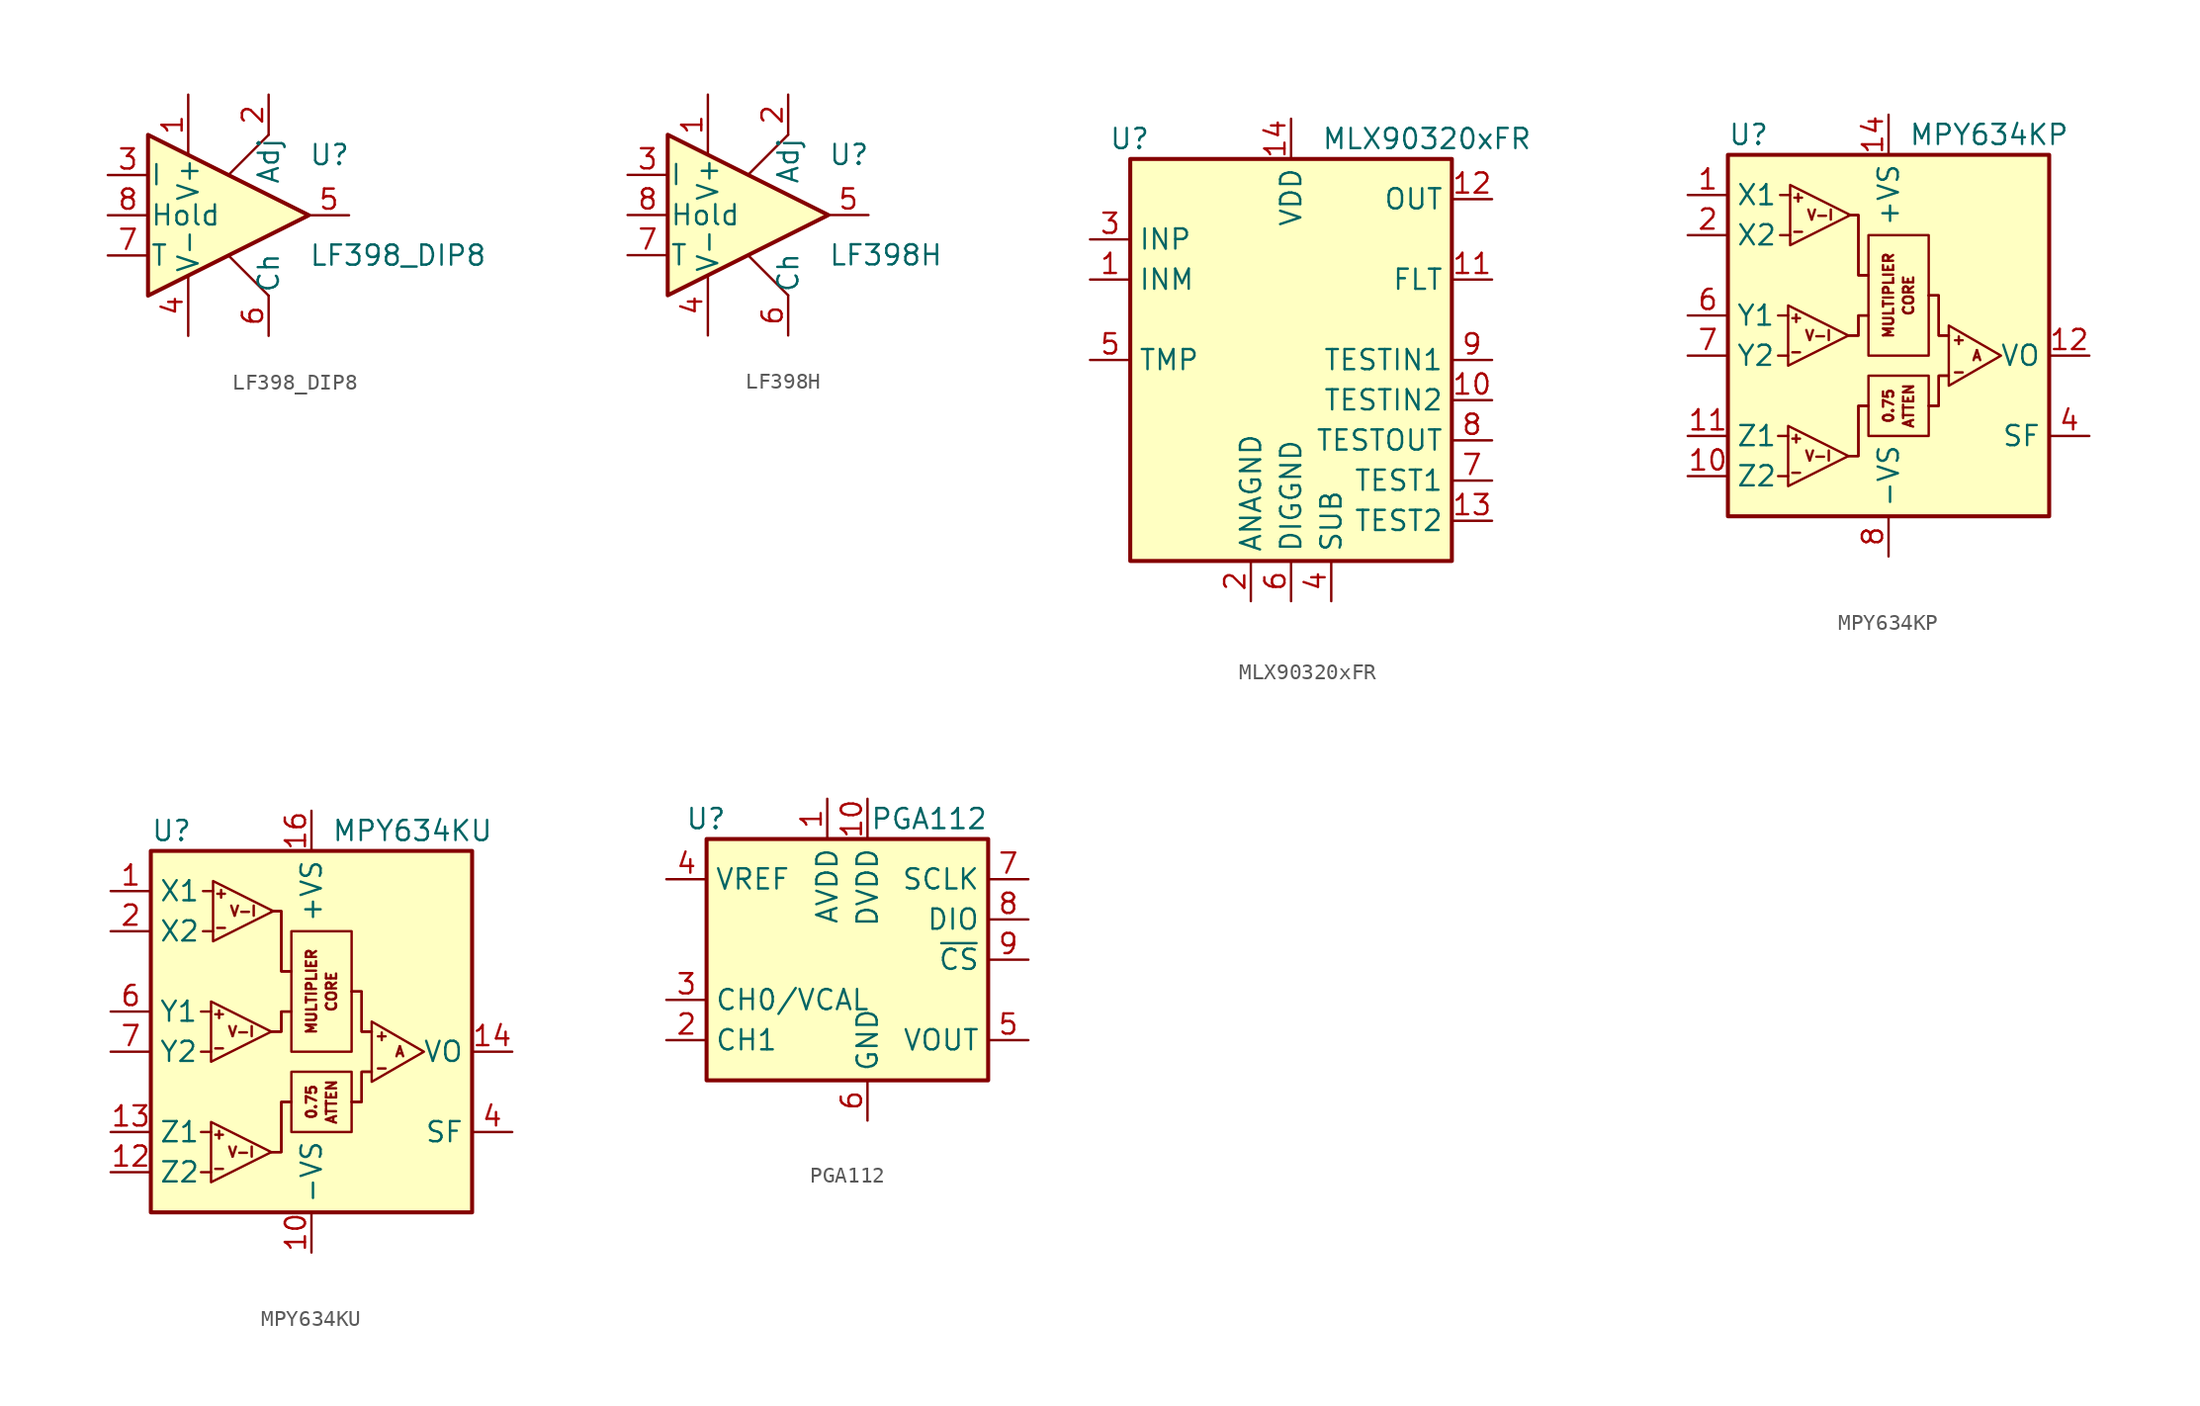
<source format=kicad_sym>
(kicad_symbol_lib
  (version 20201005)
  (generator kicad_symbol_editor)
  (symbol "Analog:LF398_DIP8"
    (pin_names
      (offset 0.127))
    (property "Reference" "U"
      (at 5.08 3.81 0)
      (effects (font (size 1.27 1.27)) (justify left)))
    (property "Value" "LF398_DIP8"
      (at 5.08 -2.54 0)
      (effects (font (size 1.27 1.27)) (justify left)))
    (symbol "LF398_DIP8_0_1"
      (polyline (pts (xy 0 -2.54) (xy 2.54 -5.08)) (stroke (width 0)) (fill (type none)))
      (polyline (pts (xy 2.54 5.08) (xy 0 2.54)) (stroke (width 0)) (fill (type none)))
      (polyline (pts (xy -5.08 5.08) (xy 5.08 0) (xy -5.08 -5.08) (xy -5.08 5.08)) (stroke (width 0.254)) (fill (type background))))
    (symbol "LF398_DIP8_1_1"
      (pin passive line (at -2.54 7.62 270) (length 3.81) (name "V+" (effects (font (size 1.27 1.27)))) (number "1" (effects (font (size 1.27 1.27)))))
      (pin passive line (at 2.54 7.62 270) (length 2.54) (name "Adj" (effects (font (size 1.27 1.27)))) (number "2" (effects (font (size 1.27 1.27)))))
      (pin input line (at -7.62 2.54 0) (length 2.54) (name "I" (effects (font (size 1.27 1.27)))) (number "3" (effects (font (size 1.27 1.27)))))
      (pin passive line (at -2.54 -7.62 90) (length 3.81) (name "V-" (effects (font (size 1.27 1.27)))) (number "4" (effects (font (size 1.27 1.27)))))
      (pin output line (at 7.62 0 180) (length 2.54) (name "~" (effects (font (size 1.27 1.27)))) (number "5" (effects (font (size 1.27 1.27)))))
      (pin passive line (at 2.54 -7.62 90) (length 2.54) (name "Ch" (effects (font (size 1.27 1.27)))) (number "6" (effects (font (size 1.27 1.27)))))
      (pin passive line (at -7.62 -2.54 0) (length 2.54) (name "T" (effects (font (size 1.27 1.27)))) (number "7" (effects (font (size 1.27 1.27)))))
      (pin input line (at -7.62 0 0) (length 2.54) (name "Hold" (effects (font (size 1.27 1.27)))) (number "8" (effects (font (size 1.27 1.27)))))))
  (symbol "Analog:LF398H"
    (pin_names
      (offset 0.127))
    (property "Reference" "U"
      (at 5.08 3.81 0)
      (effects (font (size 1.27 1.27)) (justify left)))
    (property "Value" "LF398H"
      (at 5.08 -2.54 0)
      (effects (font (size 1.27 1.27)) (justify left)))
    (symbol "LF398H_0_1"
      (polyline (pts (xy 0 -2.54) (xy 2.54 -5.08)) (stroke (width 0)) (fill (type none)))
      (polyline (pts (xy 2.54 5.08) (xy 0 2.54)) (stroke (width 0)) (fill (type none)))
      (polyline (pts (xy -5.08 5.08) (xy 5.08 0) (xy -5.08 -5.08) (xy -5.08 5.08)) (stroke (width 0.254)) (fill (type background))))
    (symbol "LF398H_1_1"
      (pin passive line (at -2.54 7.62 270) (length 3.81) (name "V+" (effects (font (size 1.27 1.27)))) (number "1" (effects (font (size 1.27 1.27)))))
      (pin passive line (at 2.54 7.62 270) (length 2.54) (name "Adj" (effects (font (size 1.27 1.27)))) (number "2" (effects (font (size 1.27 1.27)))))
      (pin input line (at -7.62 2.54 0) (length 2.54) (name "I" (effects (font (size 1.27 1.27)))) (number "3" (effects (font (size 1.27 1.27)))))
      (pin passive line (at -2.54 -7.62 90) (length 3.81) (name "V-" (effects (font (size 1.27 1.27)))) (number "4" (effects (font (size 1.27 1.27)))))
      (pin output line (at 7.62 0 180) (length 2.54) (name "~" (effects (font (size 1.27 1.27)))) (number "5" (effects (font (size 1.27 1.27)))))
      (pin passive line (at 2.54 -7.62 90) (length 2.54) (name "Ch" (effects (font (size 1.27 1.27)))) (number "6" (effects (font (size 1.27 1.27)))))
      (pin passive line (at -7.62 -2.54 0) (length 2.54) (name "T" (effects (font (size 1.27 1.27)))) (number "7" (effects (font (size 1.27 1.27)))))
      (pin input line (at -7.62 0 0) (length 2.54) (name "Hold" (effects (font (size 1.27 1.27)))) (number "8" (effects (font (size 1.27 1.27)))))))
  (symbol "Analog:MLX90320xFR"
    (property "Reference" "U"
      (at -8.89 13.97 0)
      (effects (font (size 1.27 1.27)) (justify right)))
    (property "Value" "MLX90320xFR"
      (at 15.24 13.97 0)
      (effects (font (size 1.27 1.27)) (justify right)))
    (symbol "MLX90320xFR_0_1"
      (rectangle (start -10.16 12.7) (end 10.16 -12.7) (stroke (width 0.254)) (fill (type background))))
    (symbol "MLX90320xFR_1_1"
      (pin input line (at -12.7 5.08 0) (length 2.54) (name "INM" (effects (font (size 1.27 1.27)))) (number "1" (effects (font (size 1.27 1.27)))))
      (pin passive line (at 12.7 -2.54 180) (length 2.54) (name "TESTIN2" (effects (font (size 1.27 1.27)))) (number "10" (effects (font (size 1.27 1.27)))))
      (pin output line (at 12.7 5.08 180) (length 2.54) (name "FLT" (effects (font (size 1.27 1.27)))) (number "11" (effects (font (size 1.27 1.27)))))
      (pin bidirectional line (at 12.7 10.16 180) (length 2.54) (name "OUT" (effects (font (size 1.27 1.27)))) (number "12" (effects (font (size 1.27 1.27)))))
      (pin passive line (at 12.7 -10.16 180) (length 2.54) (name "TEST2" (effects (font (size 1.27 1.27)))) (number "13" (effects (font (size 1.27 1.27)))))
      (pin power_in line (at 0 15.24 270) (length 2.54) (name "VDD" (effects (font (size 1.27 1.27)))) (number "14" (effects (font (size 1.27 1.27)))))
      (pin power_in line (at -2.54 -15.24 90) (length 2.54) (name "ANAGND" (effects (font (size 1.27 1.27)))) (number "2" (effects (font (size 1.27 1.27)))))
      (pin input line (at -12.7 7.62 0) (length 2.54) (name "INP" (effects (font (size 1.27 1.27)))) (number "3" (effects (font (size 1.27 1.27)))))
      (pin power_in line (at 2.54 -15.24 90) (length 2.54) (name "SUB" (effects (font (size 1.27 1.27)))) (number "4" (effects (font (size 1.27 1.27)))))
      (pin passive line (at -12.7 0 0) (length 2.54) (name "TMP" (effects (font (size 1.27 1.27)))) (number "5" (effects (font (size 1.27 1.27)))))
      (pin power_in line (at 0 -15.24 90) (length 2.54) (name "DIGGND" (effects (font (size 1.27 1.27)))) (number "6" (effects (font (size 1.27 1.27)))))
      (pin passive line (at 12.7 -7.62 180) (length 2.54) (name "TEST1" (effects (font (size 1.27 1.27)))) (number "7" (effects (font (size 1.27 1.27)))))
      (pin passive line (at 12.7 -5.08 180) (length 2.54) (name "TESTOUT" (effects (font (size 1.27 1.27)))) (number "8" (effects (font (size 1.27 1.27)))))
      (pin passive line (at 12.7 0 180) (length 2.54) (name "TESTIN1" (effects (font (size 1.27 1.27)))) (number "9" (effects (font (size 1.27 1.27)))))))
  (symbol "Analog:MPY634KP"
    (property "Reference" "U"
      (at -10.16 13.97 0)
      (effects (font (size 1.27 1.27)) (justify left)))
    (property "Value" "MPY634KP"
      (at 1.27 13.97 0)
      (effects (font (size 1.27 1.27)) (justify left)))
    (symbol "MPY634KP_0_0"
      (text "+" (at -5.842 -5.207 0) (effects (font (size 0.635 0.635))))
      (text "+" (at -5.842 2.413 0) (effects (font (size 0.635 0.635))))
      (text "+" (at -5.715 10.033 0) (effects (font (size 0.635 0.635))))
      (text "+" (at 4.445 1.016 0) (effects (font (size 0.635 0.635))))
      (text "-" (at -5.842 -7.366 0) (effects (font (size 0.635 0.635))))
      (text "-" (at -5.842 0.254 0) (effects (font (size 0.635 0.635))))
      (text "-" (at -5.715 7.874 0) (effects (font (size 0.635 0.635))))
      (text "-" (at 4.445 -1.016 0) (effects (font (size 0.635 0.635))))
      (text "A" (at 5.588 0 0) (effects (font (size 0.635 0.635))))
      (text "V-I" (at -4.445 -6.35 0) (effects (font (size 0.635 0.635))))
      (text "V-I" (at -4.445 1.27 0) (effects (font (size 0.635 0.635))))
      (text "V-I" (at -4.318 8.89 0) (effects (font (size 0.635 0.635))))
      (polyline (pts (xy -1.27 -3.175) (xy -1.905 -3.175) (xy -1.905 -6.35) (xy -2.54 -6.35)) (stroke (width 0)) (fill (type none)))
      (polyline (pts (xy -1.27 -3.175) (xy -1.905 -3.175) (xy -1.905 -6.35) (xy -2.54 -6.35)) (stroke (width 0)) (fill (type none)))
      (polyline (pts (xy -1.27 2.54) (xy -1.905 2.54) (xy -1.905 1.27) (xy -2.54 1.27)) (stroke (width 0)) (fill (type none)))
      (polyline (pts (xy -1.27 2.54) (xy -1.905 2.54) (xy -1.905 1.27) (xy -2.54 1.27)) (stroke (width 0)) (fill (type none)))
      (polyline (pts (xy -1.27 5.08) (xy -1.905 5.08) (xy -1.905 8.89) (xy -2.54 8.89)) (stroke (width 0)) (fill (type none)))
      (polyline (pts (xy -1.27 5.08) (xy -1.905 5.08) (xy -1.905 8.89) (xy -2.54 8.89)) (stroke (width 0)) (fill (type none)))
      (polyline (pts (xy 3.81 -1.27) (xy 3.175 -1.27) (xy 3.175 -3.175) (xy 2.54 -3.175)) (stroke (width 0)) (fill (type none)))
      (polyline (pts (xy 3.81 -1.27) (xy 3.175 -1.27) (xy 3.175 -3.175) (xy 2.54 -3.175)) (stroke (width 0)) (fill (type none)))
      (polyline (pts (xy 3.81 1.27) (xy 3.175 1.27) (xy 3.175 3.81) (xy 2.54 3.81)) (stroke (width 0)) (fill (type none)))
      (polyline (pts (xy 3.81 1.27) (xy 3.175 1.27) (xy 3.175 3.81) (xy 2.54 3.81)) (stroke (width 0)) (fill (type none))))
    (symbol "MPY634KP_0_1"
      (rectangle (start -10.16 12.7) (end 10.16 -10.16) (stroke (width 0.254)) (fill (type background)))
      (rectangle (start -1.27 -1.27) (end 2.54 -5.08) (stroke (width 0)) (fill (type none)))
      (rectangle (start -1.27 7.62) (end 2.54 0) (stroke (width 0)) (fill (type none)))
      (polyline (pts (xy -6.985 -7.62) (xy -6.35 -7.62)) (stroke (width 0)) (fill (type none)))
      (polyline (pts (xy -6.985 -5.08) (xy -6.35 -5.08)) (stroke (width 0)) (fill (type none)))
      (polyline (pts (xy -6.985 0) (xy -6.35 0)) (stroke (width 0)) (fill (type none)))
      (polyline (pts (xy -6.985 2.54) (xy -6.35 2.54)) (stroke (width 0)) (fill (type none)))
      (polyline (pts (xy -6.858 7.62) (xy -6.223 7.62)) (stroke (width 0)) (fill (type none)))
      (polyline (pts (xy -6.858 10.16) (xy -6.223 10.16)) (stroke (width 0)) (fill (type none)))
      (polyline (pts (xy -6.35 -4.445) (xy -6.35 -8.255) (xy -2.54 -6.35) (xy -6.35 -4.445)) (stroke (width 0)) (fill (type none)))
      (polyline (pts (xy -6.35 3.175) (xy -6.35 -0.635) (xy -2.54 1.27) (xy -6.35 3.175)) (stroke (width 0)) (fill (type none)))
      (polyline (pts (xy -6.223 10.795) (xy -6.223 6.985) (xy -2.413 8.89) (xy -6.223 10.795)) (stroke (width 0)) (fill (type none)))
      (polyline (pts (xy 3.81 1.905) (xy 3.81 -1.905) (xy 7.112 0) (xy 3.81 1.905)) (stroke (width 0)) (fill (type none))))
    (symbol "MPY634KP_1_0"
      (text "0.75" (at 0 -3.175 900) (effects (font (size 0.635 0.635))))
      (text "ATTEN" (at 1.27 -3.175 900) (effects (font (size 0.635 0.635))))
      (text "CORE" (at 1.27 3.81 900) (effects (font (size 0.635 0.635))))
      (text "MULTIPLIER" (at 0 3.81 900) (effects (font (size 0.635 0.635)))))
    (symbol "MPY634KP_1_1"
      (pin input line (at -12.7 10.16 0) (length 2.54) (name "X1" (effects (font (size 1.27 1.27)))) (number "1" (effects (font (size 1.27 1.27)))))
      (pin input line (at -12.7 -7.62 0) (length 2.54) (name "Z2" (effects (font (size 1.27 1.27)))) (number "10" (effects (font (size 1.27 1.27)))))
      (pin input line (at -12.7 -5.08 0) (length 2.54) (name "Z1" (effects (font (size 1.27 1.27)))) (number "11" (effects (font (size 1.27 1.27)))))
      (pin output line (at 12.7 0 180) (length 2.54) (name "VO" (effects (font (size 1.27 1.27)))) (number "12" (effects (font (size 1.27 1.27)))))
      (pin no_connect line (at 10.16 2.54 180) (length 2.54) hide (name "NC" (effects (font (size 1.27 1.27)))) (number "13" (effects (font (size 1.27 1.27)))))
      (pin power_in line (at 0 15.24 270) (length 2.54) (name "+VS" (effects (font (size 1.27 1.27)))) (number "14" (effects (font (size 1.27 1.27)))))
      (pin input line (at -12.7 7.62 0) (length 2.54) (name "X2" (effects (font (size 1.27 1.27)))) (number "2" (effects (font (size 1.27 1.27)))))
      (pin no_connect line (at 10.16 10.16 180) (length 2.54) hide (name "NC" (effects (font (size 1.27 1.27)))) (number "3" (effects (font (size 1.27 1.27)))))
      (pin passive line (at 12.7 -5.08 180) (length 2.54) (name "SF" (effects (font (size 1.27 1.27)))) (number "4" (effects (font (size 1.27 1.27)))))
      (pin no_connect line (at 10.16 7.62 180) (length 2.54) hide (name "NC" (effects (font (size 1.27 1.27)))) (number "5" (effects (font (size 1.27 1.27)))))
      (pin input line (at -12.7 2.54 0) (length 2.54) (name "Y1" (effects (font (size 1.27 1.27)))) (number "6" (effects (font (size 1.27 1.27)))))
      (pin input line (at -12.7 0 0) (length 2.54) (name "Y2" (effects (font (size 1.27 1.27)))) (number "7" (effects (font (size 1.27 1.27)))))
      (pin power_in line (at 0 -12.7 90) (length 2.54) (name "-VS" (effects (font (size 1.27 1.27)))) (number "8" (effects (font (size 1.27 1.27)))))
      (pin no_connect line (at 10.16 5.08 180) (length 2.54) hide (name "NC" (effects (font (size 1.27 1.27)))) (number "9" (effects (font (size 1.27 1.27)))))))
  (symbol "Analog:MPY634KU"
    (property "Reference" "U"
      (at -10.16 13.97 0)
      (effects (font (size 1.27 1.27)) (justify left)))
    (property "Value" "MPY634KU"
      (at 1.27 13.97 0)
      (effects (font (size 1.27 1.27)) (justify left)))
    (symbol "MPY634KU_0_0"
      (text "+" (at -5.842 -5.207 0) (effects (font (size 0.635 0.635))))
      (text "+" (at -5.842 2.413 0) (effects (font (size 0.635 0.635))))
      (text "+" (at -5.715 10.033 0) (effects (font (size 0.635 0.635))))
      (text "+" (at 4.445 1.016 0) (effects (font (size 0.635 0.635))))
      (text "-" (at -5.842 -7.366 0) (effects (font (size 0.635 0.635))))
      (text "-" (at -5.842 0.254 0) (effects (font (size 0.635 0.635))))
      (text "-" (at -5.715 7.874 0) (effects (font (size 0.635 0.635))))
      (text "-" (at 4.445 -1.016 0) (effects (font (size 0.635 0.635))))
      (text "A" (at 5.588 0 0) (effects (font (size 0.635 0.635))))
      (text "V-I" (at -4.445 -6.35 0) (effects (font (size 0.635 0.635))))
      (text "V-I" (at -4.445 1.27 0) (effects (font (size 0.635 0.635))))
      (text "V-I" (at -4.318 8.89 0) (effects (font (size 0.635 0.635))))
      (polyline (pts (xy -1.27 -3.175) (xy -1.905 -3.175) (xy -1.905 -6.35) (xy -2.54 -6.35)) (stroke (width 0)) (fill (type none)))
      (polyline (pts (xy -1.27 -3.175) (xy -1.905 -3.175) (xy -1.905 -6.35) (xy -2.54 -6.35)) (stroke (width 0)) (fill (type none)))
      (polyline (pts (xy -1.27 2.54) (xy -1.905 2.54) (xy -1.905 1.27) (xy -2.54 1.27)) (stroke (width 0)) (fill (type none)))
      (polyline (pts (xy -1.27 2.54) (xy -1.905 2.54) (xy -1.905 1.27) (xy -2.54 1.27)) (stroke (width 0)) (fill (type none)))
      (polyline (pts (xy -1.27 5.08) (xy -1.905 5.08) (xy -1.905 8.89) (xy -2.54 8.89)) (stroke (width 0)) (fill (type none)))
      (polyline (pts (xy -1.27 5.08) (xy -1.905 5.08) (xy -1.905 8.89) (xy -2.54 8.89)) (stroke (width 0)) (fill (type none)))
      (polyline (pts (xy 3.81 -1.27) (xy 3.175 -1.27) (xy 3.175 -3.175) (xy 2.54 -3.175)) (stroke (width 0)) (fill (type none)))
      (polyline (pts (xy 3.81 -1.27) (xy 3.175 -1.27) (xy 3.175 -3.175) (xy 2.54 -3.175)) (stroke (width 0)) (fill (type none)))
      (polyline (pts (xy 3.81 1.27) (xy 3.175 1.27) (xy 3.175 3.81) (xy 2.54 3.81)) (stroke (width 0)) (fill (type none)))
      (polyline (pts (xy 3.81 1.27) (xy 3.175 1.27) (xy 3.175 3.81) (xy 2.54 3.81)) (stroke (width 0)) (fill (type none))))
    (symbol "MPY634KU_0_1"
      (rectangle (start -10.16 12.7) (end 10.16 -10.16) (stroke (width 0.254)) (fill (type background)))
      (rectangle (start -1.27 -1.27) (end 2.54 -5.08) (stroke (width 0)) (fill (type none)))
      (rectangle (start -1.27 7.62) (end 2.54 0) (stroke (width 0)) (fill (type none)))
      (polyline (pts (xy -6.985 -7.62) (xy -6.35 -7.62)) (stroke (width 0)) (fill (type none)))
      (polyline (pts (xy -6.985 -5.08) (xy -6.35 -5.08)) (stroke (width 0)) (fill (type none)))
      (polyline (pts (xy -6.985 0) (xy -6.35 0)) (stroke (width 0)) (fill (type none)))
      (polyline (pts (xy -6.985 2.54) (xy -6.35 2.54)) (stroke (width 0)) (fill (type none)))
      (polyline (pts (xy -6.858 7.62) (xy -6.223 7.62)) (stroke (width 0)) (fill (type none)))
      (polyline (pts (xy -6.858 10.16) (xy -6.223 10.16)) (stroke (width 0)) (fill (type none)))
      (polyline (pts (xy -6.35 -4.445) (xy -6.35 -8.255) (xy -2.54 -6.35) (xy -6.35 -4.445)) (stroke (width 0)) (fill (type none)))
      (polyline (pts (xy -6.35 3.175) (xy -6.35 -0.635) (xy -2.54 1.27) (xy -6.35 3.175)) (stroke (width 0)) (fill (type none)))
      (polyline (pts (xy -6.223 10.795) (xy -6.223 6.985) (xy -2.413 8.89) (xy -6.223 10.795)) (stroke (width 0)) (fill (type none)))
      (polyline (pts (xy 3.81 1.905) (xy 3.81 -1.905) (xy 7.112 0) (xy 3.81 1.905)) (stroke (width 0)) (fill (type none))))
    (symbol "MPY634KU_1_0"
      (text "0.75" (at 0 -3.175 900) (effects (font (size 0.635 0.635))))
      (text "ATTEN" (at 1.27 -3.175 900) (effects (font (size 0.635 0.635))))
      (text "CORE" (at 1.27 3.81 900) (effects (font (size 0.635 0.635))))
      (text "MULTIPLIER" (at 0 3.81 900) (effects (font (size 0.635 0.635)))))
    (symbol "MPY634KU_1_1"
      (pin input line (at -12.7 10.16 0) (length 2.54) (name "X1" (effects (font (size 1.27 1.27)))) (number "1" (effects (font (size 1.27 1.27)))))
      (pin power_in line (at 0 -12.7 90) (length 2.54) (name "-VS" (effects (font (size 1.27 1.27)))) (number "10" (effects (font (size 1.27 1.27)))))
      (pin no_connect line (at 10.16 -2.54 180) (length 2.54) hide (name "NC" (effects (font (size 1.27 1.27)))) (number "11" (effects (font (size 1.27 1.27)))))
      (pin input line (at -12.7 -7.62 0) (length 2.54) (name "Z2" (effects (font (size 1.27 1.27)))) (number "12" (effects (font (size 1.27 1.27)))))
      (pin input line (at -12.7 -5.08 0) (length 2.54) (name "Z1" (effects (font (size 1.27 1.27)))) (number "13" (effects (font (size 1.27 1.27)))))
      (pin output line (at 12.7 0 180) (length 2.54) (name "VO" (effects (font (size 1.27 1.27)))) (number "14" (effects (font (size 1.27 1.27)))))
      (pin no_connect line (at 10.16 -7.62 180) (length 2.54) hide (name "NC" (effects (font (size 1.27 1.27)))) (number "15" (effects (font (size 1.27 1.27)))))
      (pin power_in line (at 0 15.24 270) (length 2.54) (name "+VS" (effects (font (size 1.27 1.27)))) (number "16" (effects (font (size 1.27 1.27)))))
      (pin input line (at -12.7 7.62 0) (length 2.54) (name "X2" (effects (font (size 1.27 1.27)))) (number "2" (effects (font (size 1.27 1.27)))))
      (pin no_connect line (at 10.16 10.16 180) (length 2.54) hide (name "NC" (effects (font (size 1.27 1.27)))) (number "3" (effects (font (size 1.27 1.27)))))
      (pin passive line (at 12.7 -5.08 180) (length 2.54) (name "SF" (effects (font (size 1.27 1.27)))) (number "4" (effects (font (size 1.27 1.27)))))
      (pin no_connect line (at 10.16 7.62 180) (length 2.54) hide (name "NC" (effects (font (size 1.27 1.27)))) (number "5" (effects (font (size 1.27 1.27)))))
      (pin input line (at -12.7 2.54 0) (length 2.54) (name "Y1" (effects (font (size 1.27 1.27)))) (number "6" (effects (font (size 1.27 1.27)))))
      (pin input line (at -12.7 0 0) (length 2.54) (name "Y2" (effects (font (size 1.27 1.27)))) (number "7" (effects (font (size 1.27 1.27)))))
      (pin no_connect line (at 10.16 5.08 180) (length 2.54) hide (name "NC" (effects (font (size 1.27 1.27)))) (number "8" (effects (font (size 1.27 1.27)))))
      (pin no_connect line (at 10.16 2.54 180) (length 2.54) hide (name "NC" (effects (font (size 1.27 1.27)))) (number "9" (effects (font (size 1.27 1.27)))))))
  (symbol "Analog:PGA112"
    (property "Reference" "U"
      (at -8.89 8.89 0)
      (effects (font (size 1.27 1.27)) (justify right)))
    (property "Value" "PGA112"
      (at 7.62 8.89 0)
      (effects (font (size 1.27 1.27)) (justify right)))
    (symbol "PGA112_0_1"
      (rectangle (start -10.16 7.62) (end 7.62 -7.62) (stroke (width 0.254)) (fill (type background))))
    (symbol "PGA112_1_1"
      (pin power_in line (at -2.54 10.16 270) (length 2.54) (name "AVDD" (effects (font (size 1.27 1.27)))) (number "1" (effects (font (size 1.27 1.27)))))
      (pin power_in line (at 0 10.16 270) (length 2.54) (name "DVDD" (effects (font (size 1.27 1.27)))) (number "10" (effects (font (size 1.27 1.27)))))
      (pin input line (at -12.7 -5.08 0) (length 2.54) (name "CH1" (effects (font (size 1.27 1.27)))) (number "2" (effects (font (size 1.27 1.27)))))
      (pin input line (at -12.7 -2.54 0) (length 2.54) (name "CH0/VCAL" (effects (font (size 1.27 1.27)))) (number "3" (effects (font (size 1.27 1.27)))))
      (pin input line (at -12.7 5.08 0) (length 2.54) (name "VREF" (effects (font (size 1.27 1.27)))) (number "4" (effects (font (size 1.27 1.27)))))
      (pin output line (at 10.16 -5.08 180) (length 2.54) (name "VOUT" (effects (font (size 1.27 1.27)))) (number "5" (effects (font (size 1.27 1.27)))))
      (pin power_in line (at 0 -10.16 90) (length 2.54) (name "GND" (effects (font (size 1.27 1.27)))) (number "6" (effects (font (size 1.27 1.27)))))
      (pin input line (at 10.16 5.08 180) (length 2.54) (name "SCLK" (effects (font (size 1.27 1.27)))) (number "7" (effects (font (size 1.27 1.27)))))
      (pin bidirectional line (at 10.16 2.54 180) (length 2.54) (name "DIO" (effects (font (size 1.27 1.27)))) (number "8" (effects (font (size 1.27 1.27)))))
      (pin input line (at 10.16 0 180) (length 2.54) (name "~CS" (effects (font (size 1.27 1.27)))) (number "9" (effects (font (size 1.27 1.27))))))))
</source>
